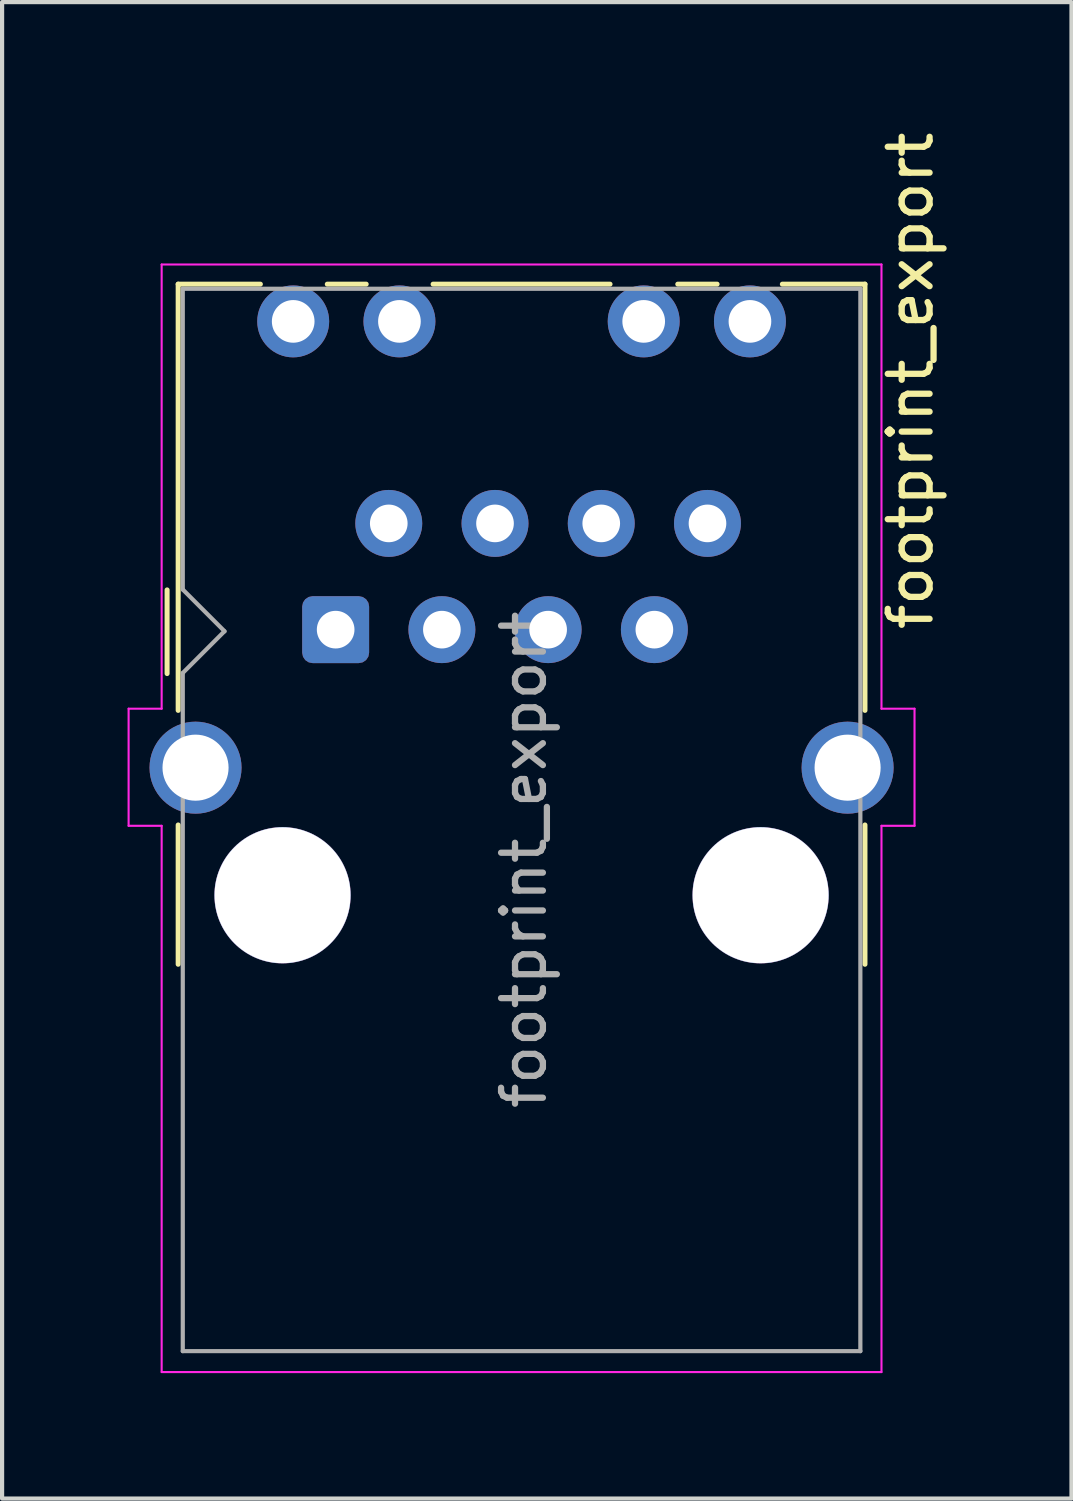
<source format=kicad_pcb>
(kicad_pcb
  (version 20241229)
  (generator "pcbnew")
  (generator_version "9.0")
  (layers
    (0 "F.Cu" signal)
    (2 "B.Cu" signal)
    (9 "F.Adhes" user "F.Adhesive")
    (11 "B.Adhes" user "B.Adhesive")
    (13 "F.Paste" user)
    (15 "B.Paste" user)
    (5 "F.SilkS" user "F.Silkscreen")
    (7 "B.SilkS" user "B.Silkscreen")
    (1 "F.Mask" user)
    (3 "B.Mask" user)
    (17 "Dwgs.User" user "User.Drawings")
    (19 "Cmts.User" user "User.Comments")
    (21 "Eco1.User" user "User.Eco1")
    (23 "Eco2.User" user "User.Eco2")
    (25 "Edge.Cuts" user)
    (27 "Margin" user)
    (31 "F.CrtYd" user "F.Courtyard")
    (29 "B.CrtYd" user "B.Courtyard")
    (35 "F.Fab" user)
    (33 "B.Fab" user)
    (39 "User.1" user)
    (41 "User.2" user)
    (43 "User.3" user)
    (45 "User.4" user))
  (footprint "footprint_export"
    (layer "F.Cu")
    (at 4.975 12.004)
    (property "Reference" "footprint_export" (at 13.745 -5.95 90) (layer "F.SilkS") (effects (font (size 1 1) (thickness 0.15))))
    (attr through_hole)
    (fp_line (start -4.03 -0.95) (end -4.03 1.05) (stroke (width 0.12) (type solid)) (layer "F.SilkS"))
    (fp_line (start -3.765 -8.26) (end -3.765 1.93) (stroke (width 0.12) (type solid)) (layer "F.SilkS"))
    (fp_line (start -3.765 4.67) (end -3.765 8) (stroke (width 0.12) (type solid)) (layer "F.SilkS"))
    (fp_line (start -1.8 -8.26) (end -3.765 -8.26) (stroke (width 0.12) (type solid)) (layer "F.SilkS"))
    (fp_line (start -0.2 -8.26) (end 0.73 -8.26) (stroke (width 0.12) (type solid)) (layer "F.SilkS"))
    (fp_line (start 2.33 -8.26) (end 6.56 -8.26) (stroke (width 0.12) (type solid)) (layer "F.SilkS"))
    (fp_line (start 8.18 -8.26) (end 9.12 -8.26) (stroke (width 0.12) (type solid)) (layer "F.SilkS"))
    (fp_line (start 12.655 -8.26) (end 10.68 -8.26) (stroke (width 0.12) (type solid)) (layer "F.SilkS"))
    (fp_line (start 12.655 1.93) (end 12.655 -8.26) (stroke (width 0.12) (type solid)) (layer "F.SilkS"))
    (fp_line (start 12.655 8) (end 12.655 4.67) (stroke (width 0.12) (type solid)) (layer "F.SilkS"))
    (fp_line (start -4.95 4.69) (end -4.95 1.89) (stroke (width 0.05) (type solid)) (layer "F.CrtYd"))
    (fp_line (start -4.16 1.89) (end -4.95 1.89) (stroke (width 0.05) (type solid)) (layer "F.CrtYd"))
    (fp_line (start -4.16 1.89) (end -4.16 -8.73) (stroke (width 0.05) (type solid)) (layer "F.CrtYd"))
    (fp_line (start -4.16 4.69) (end -4.95 4.69) (stroke (width 0.05) (type solid)) (layer "F.CrtYd"))
    (fp_line (start -4.16 17.75) (end -4.16 4.69) (stroke (width 0.05) (type solid)) (layer "F.CrtYd"))
    (fp_line (start -4.16 17.75) (end 13.05 17.75) (stroke (width 0.05) (type solid)) (layer "F.CrtYd"))
    (fp_line (start 13.05 -8.73) (end -4.16 -8.73) (stroke (width 0.05) (type solid)) (layer "F.CrtYd"))
    (fp_line (start 13.05 1.89) (end 13.05 -8.73) (stroke (width 0.05) (type solid)) (layer "F.CrtYd"))
    (fp_line (start 13.05 17.75) (end 13.05 4.69) (stroke (width 0.05) (type solid)) (layer "F.CrtYd"))
    (fp_line (start 13.84 1.89) (end 13.05 1.89) (stroke (width 0.05) (type solid)) (layer "F.CrtYd"))
    (fp_line (start 13.84 4.69) (end 13.05 4.69) (stroke (width 0.05) (type solid)) (layer "F.CrtYd"))
    (fp_line (start 13.84 4.69) (end 13.84 1.89) (stroke (width 0.05) (type solid)) (layer "F.CrtYd"))
    (fp_line (start -3.655 -0.96) (end -3.655 -8.15) (stroke (width 0.1) (type solid)) (layer "F.Fab"))
    (fp_line (start -3.655 17.25) (end -3.655 1.04) (stroke (width 0.1) (type solid)) (layer "F.Fab"))
    (fp_line (start -3.655 17.25) (end 12.545 17.25) (stroke (width 0.1) (type solid)) (layer "F.Fab"))
    (fp_line (start -2.66 0.04) (end -3.66 1.04) (stroke (width 0.1) (type solid)) (layer "F.Fab"))
    (fp_line (start -2.655 0.04) (end -3.655 -0.96) (stroke (width 0.1) (type solid)) (layer "F.Fab"))
    (fp_line (start 12.545 -8.15) (end -3.655 -8.15) (stroke (width 0.1) (type solid)) (layer "F.Fab"))
    (fp_line (start 12.545 -8.15) (end 12.545 17.25) (stroke (width 0.1) (type solid)) (layer "F.Fab"))
    (fp_text user "${REFERENCE}" (at 4.5 5.5 90) (layer "F.Fab") (effects (font (size 1 1) (thickness 0.15))))
    (pad "" np_thru_hole circle (at -1.27 6.35) (size 3.26 3.26) (drill 3.25) (layers "*.Cu" "*.Mask"))
    (pad "" np_thru_hole circle (at 10.16 6.35) (size 3.26 3.26) (drill 3.25) (layers "*.Cu" "*.Mask"))
    (pad "2" thru_hole roundrect (at 0 0) (size 1.6 1.6) (drill 0.9) (layers "*.Cu" "*.Mask") (roundrect_rratio 0.156))
    (pad "3" thru_hole circle (at 1.27 -2.54) (size 1.6 1.6) (drill 0.9) (layers "*.Cu" "*.Mask"))
    (pad "4" thru_hole circle (at 2.54 0) (size 1.6 1.6) (drill 0.9) (layers "*.Cu" "*.Mask"))
    (pad "5" thru_hole circle (at 3.81 -2.54) (size 1.6 1.6) (drill 0.9) (layers "*.Cu" "*.Mask"))
    (pad "6" thru_hole circle (at 5.08 0) (size 1.6 1.6) (drill 0.9) (layers "*.Cu" "*.Mask"))
    (pad "7" thru_hole circle (at 6.35 -2.54) (size 1.6 1.6) (drill 0.9) (layers "*.Cu" "*.Mask"))
    (pad "8" thru_hole circle (at 7.62 0) (size 1.6 1.6) (drill 0.9) (layers "*.Cu" "*.Mask"))
    (pad "9" thru_hole circle (at 8.89 -2.54) (size 1.6 1.6) (drill 0.9) (layers "*.Cu" "*.Mask"))
    (pad "11" thru_hole circle (at -1.015 -7.37) (size 1.72 1.72) (drill 1.02) (layers "*.Cu" "*.Mask"))
    (pad "12" thru_hole circle (at 1.525 -7.37) (size 1.72 1.72) (drill 1.02) (layers "*.Cu" "*.Mask"))
    (pad "13" thru_hole circle (at 7.365 -7.37) (size 1.72 1.72) (drill 1.02) (layers "*.Cu" "*.Mask"))
    (pad "14" thru_hole circle (at 9.905 -7.37) (size 1.72 1.72) (drill 1.02) (layers "*.Cu" "*.Mask"))
    (pad "SH" thru_hole circle (at -3.35 3.3) (size 2.2 2.2) (drill 1.58) (layers "*.Cu" "*.Mask"))
    (pad "SH" thru_hole circle (at 12.24 3.3) (size 2.2 2.2) (drill 1.58) (layers "*.Cu" "*.Mask"))
    (zone (net_name "") (layer "F.Cu") (name "Copper Keep Out") (hatch edge 0.508) (connect_pads) (min_thickness 0.254) (filled_areas_thickness no) (keepout (tracks not_allowed) (vias not_allowed) (pads not_allowed) (copperpour not_allowed) (footprints allowed)) (placement (enabled no)) (fill) (polygon (pts (xy 15.425 29.254) (xy 3.425 29.254) (xy 3.425 26.604) (xy 15.425 26.604))))
    (zone (net_name "") (layer "F.Cu") (name "Copper Keep Out") (hatch edge 0.508) (connect_pads) (min_thickness 0.254) (filled_areas_thickness no) (keepout (tracks not_allowed) (vias not_allowed) (pads not_allowed) (copperpour not_allowed) (footprints not_allowed)) (placement (enabled no)) (fill) (polygon (pts (xy 2.525 17.204) (xy 2.325 17.454) (xy 2.175 17.704) (xy 2.075 18.154) (xy 2.075 18.554) (xy 2.125 18.804) (xy 2.275 19.154) (xy 2.525 19.504) (xy 2.775 19.704) (xy 3.125 19.904) (xy 1.325 19.904) (xy 1.325 17.004) (xy 2.775 17.004))))
    (zone (net_name "") (layer "F.Cu") (name "Copper Keep Out") (hatch edge 0.508) (connect_pads) (min_thickness 0.254) (filled_areas_thickness no) (keepout (tracks not_allowed) (vias not_allowed) (pads not_allowed) (copperpour not_allowed) (footprints not_allowed)) (placement (enabled no)) (fill) (polygon (pts (xy 17.525 19.904) (xy 15.675 19.904) (xy 15.975 19.754) (xy 16.275 19.527) (xy 16.475 19.304) (xy 16.625 19.054) (xy 16.725 18.754) (xy 16.775 18.454) (xy 16.775 18.254) (xy 16.675 17.804) (xy 16.525 17.504) (xy 16.403 17.312) (xy 16.075 17.004) (xy 17.525 17.004)))))
  (gr_rect
    (start -3 -3)
    (end 22.568 32.779)
    (stroke (width 0.1) (type default))
    (fill no)
    (layer "Edge.Cuts")))
</source>
